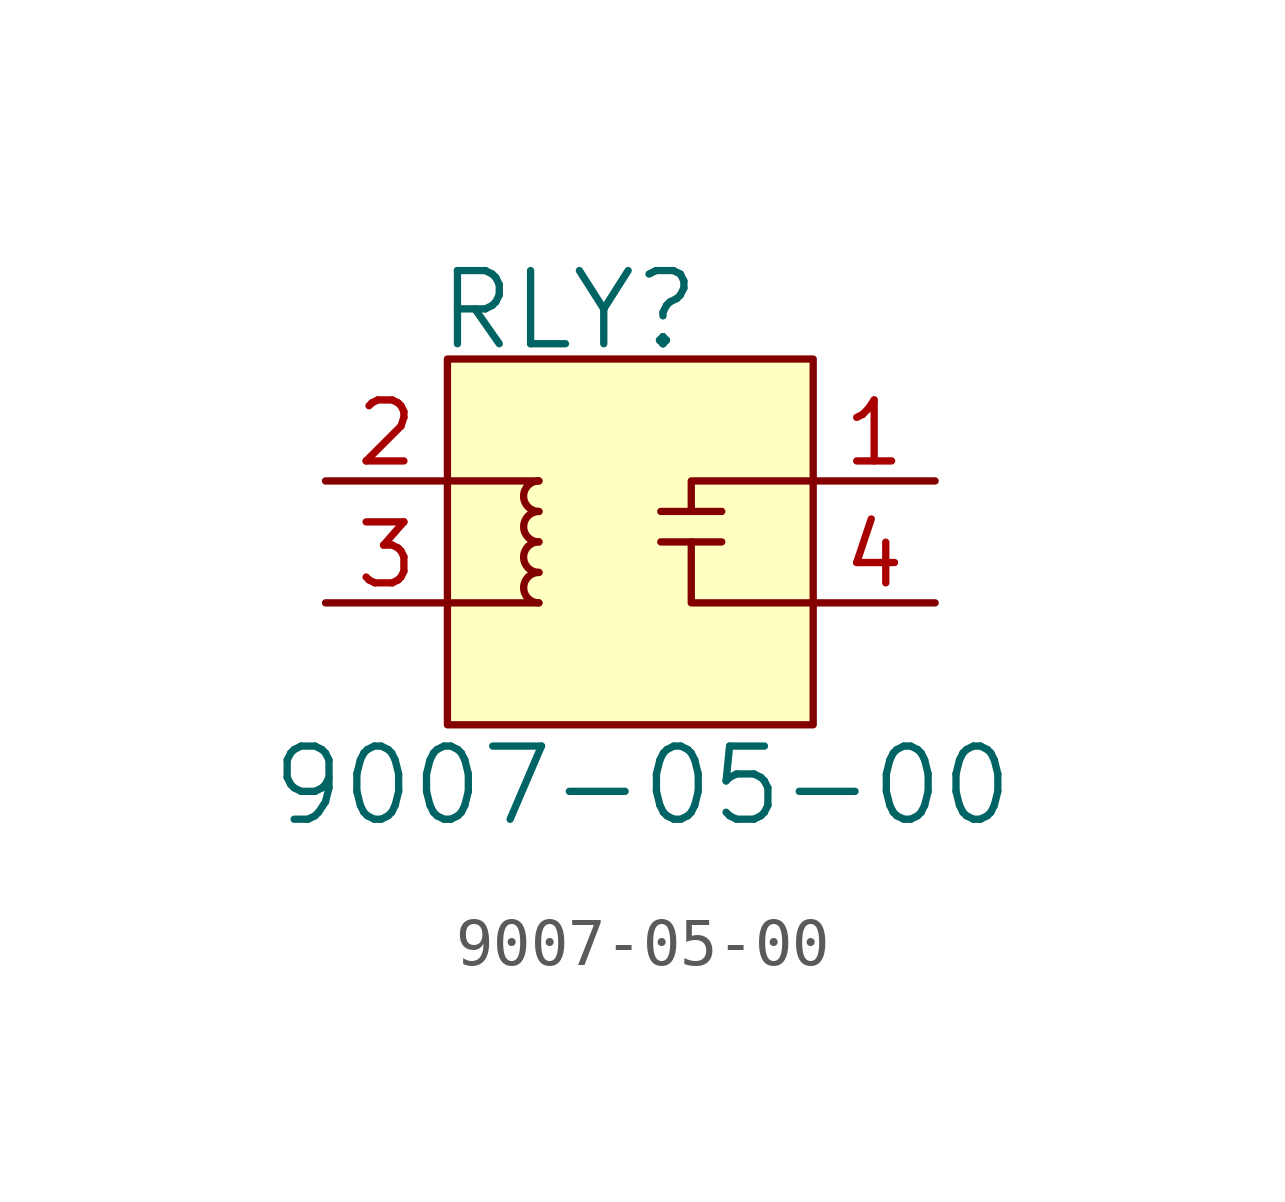
<source format=kicad_sym>
(kicad_symbol_lib
  (version 20220914)
  (generator kicad_symbol_editor)
  (symbol "9007-05-00"
    (pin_names
      (offset 1.016))
    (property "Reference" "RLY"
      (at -3.556 4.826 0)
      (effects (font (size 1.524 1.524)) (justify left)))
    (property "Value" "9007-05-00"
      (at 0.762 -5.08 0)
      (effects (font (size 1.524 1.524))))
    (symbol "9007-05-00_0_1"
      (rectangle (start -3.302 3.81) (end 4.318 -3.81) (stroke (width 0) (type solid)) (fill (type background)))
      (arc (start -1.397 -0.635) (mid -1.7132 -0.9525) (end -1.397 -1.27) (stroke (width 0) (type solid)) (fill (type none)))
      (arc (start -1.397 0) (mid -1.7132 -0.3175) (end -1.397 -0.635) (stroke (width 0) (type solid)) (fill (type none)))
      (arc (start -1.397 0.635) (mid -1.7132 0.3175) (end -1.397 0) (stroke (width 0) (type solid)) (fill (type none)))
      (arc (start -1.397 1.27) (mid -1.7132 0.9525) (end -1.397 0.635) (stroke (width 0) (type solid)) (fill (type none)))
      (polyline (pts (xy -3.302 -1.27) (xy -1.397 -1.27)) (stroke (width 0) (type solid)) (fill (type none)))
      (polyline (pts (xy -1.397 1.27) (xy -3.302 1.27)) (stroke (width 0) (type solid)) (fill (type none)))
      (polyline (pts (xy 1.143 0.635) (xy 2.413 0.635)) (stroke (width 0) (type solid)) (fill (type none)))
      (polyline (pts (xy 2.413 0) (xy 1.143 0)) (stroke (width 0) (type solid)) (fill (type none)))
      (polyline (pts (xy 1.778 0) (xy 1.778 -1.27) (xy 4.318 -1.27)) (stroke (width 0) (type solid)) (fill (type none)))
      (polyline (pts (xy 4.318 1.27) (xy 1.778 1.27) (xy 1.778 0.635)) (stroke (width 0) (type solid)) (fill (type none))))
    (symbol "9007-05-00_1_1"
      (pin passive line (at 6.858 1.27 180) (length 2.54) (name "~" (effects (font (size 1.27 1.27)))) (number "1" (effects (font (size 1.27 1.27)))))
      (pin power_in line (at -5.842 1.27 0) (length 2.54) (name "~" (effects (font (size 1.27 1.27)))) (number "2" (effects (font (size 1.27 1.27)))))
      (pin power_in line (at -5.842 -1.27 0) (length 2.54) (name "~" (effects (font (size 1.27 1.27)))) (number "3" (effects (font (size 1.27 1.27)))))
      (pin passive line (at 6.858 -1.27 180) (length 2.54) (name "~" (effects (font (size 1.27 1.27)))) (number "4" (effects (font (size 1.27 1.27))))))))
</source>
